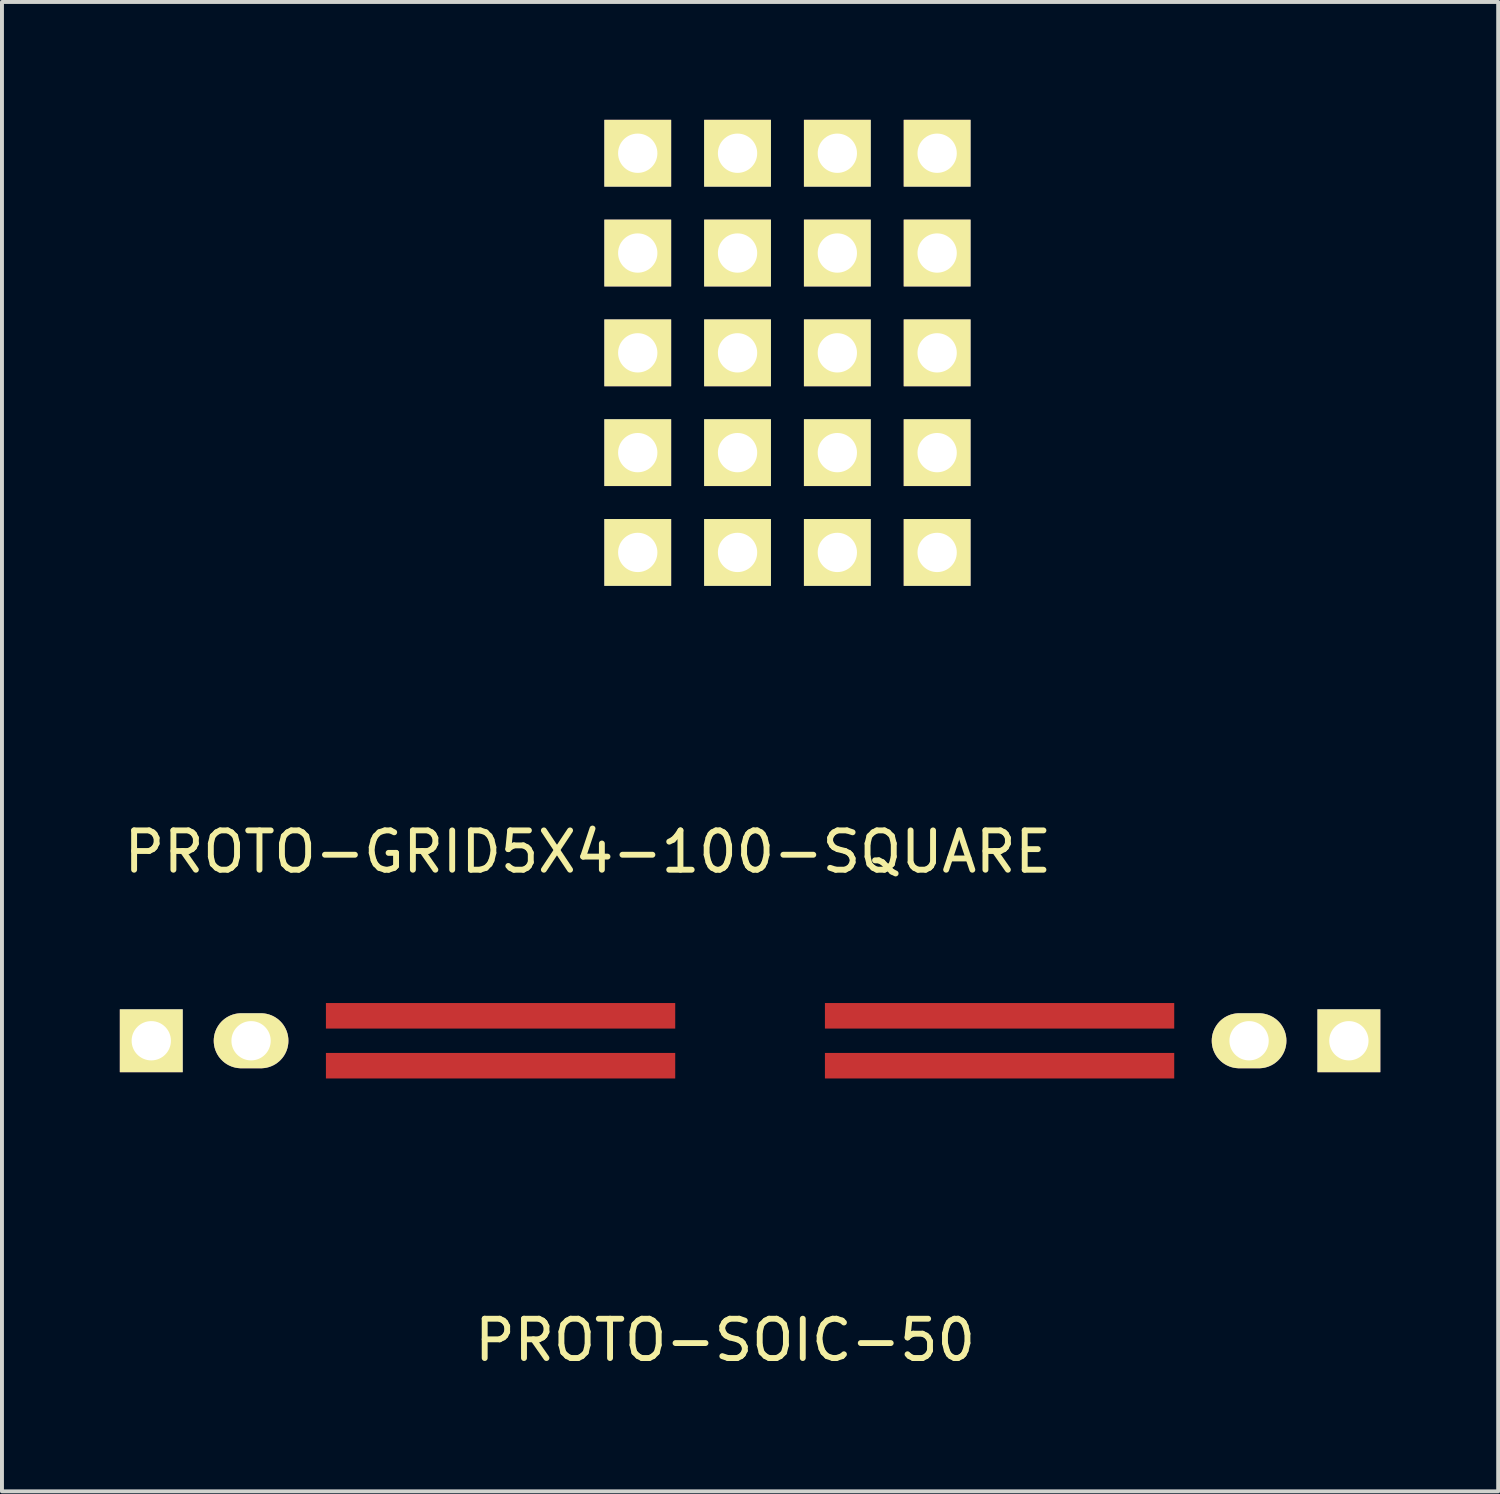
<source format=kicad_pcb>
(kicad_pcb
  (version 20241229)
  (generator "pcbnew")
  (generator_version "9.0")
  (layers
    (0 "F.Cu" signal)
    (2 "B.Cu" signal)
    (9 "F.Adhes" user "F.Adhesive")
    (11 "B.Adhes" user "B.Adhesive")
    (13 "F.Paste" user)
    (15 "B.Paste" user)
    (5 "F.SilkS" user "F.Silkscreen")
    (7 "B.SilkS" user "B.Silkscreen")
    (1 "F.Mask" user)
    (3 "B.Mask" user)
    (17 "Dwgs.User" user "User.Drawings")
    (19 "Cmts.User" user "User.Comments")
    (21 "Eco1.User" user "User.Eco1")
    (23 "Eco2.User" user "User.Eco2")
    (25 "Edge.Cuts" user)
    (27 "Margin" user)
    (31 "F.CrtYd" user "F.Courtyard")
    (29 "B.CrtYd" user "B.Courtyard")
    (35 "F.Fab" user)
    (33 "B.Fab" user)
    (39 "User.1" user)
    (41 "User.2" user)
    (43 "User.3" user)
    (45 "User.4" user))
  (footprint "PROTO-SOIC-50"
    (layer "F.Cu")
    (at 16.04 23.438)
    (property "Reference" "PROTO-SOIC-50" (at -0.635 7.62 0) (layer "F.SilkS") (effects (font (size 1 1) (thickness 0.15))))
    (attr smd)
    (pad "1" thru_hole rect (at -15.24 0) (size 1.6 1.6) (drill 1) (layers "*.Cu" "*.Mask" "F.SilkS"))
    (pad "1" smd rect (at -6.35 -0.635) (size 8.89 0.65) (layers "F.Cu" "F.Mask" "F.Paste"))
    (pad "2" thru_hole oval (at -12.7 0 90) (size 1.4 1.9) (drill 1) (layers "*.Cu" "*.Mask" "F.SilkS"))
    (pad "2" smd rect (at -6.35 0.635) (size 8.89 0.65) (layers "F.Cu" "F.Mask" "F.Paste"))
    (pad "3" smd rect (at 6.35 0.635) (size 8.89 0.65) (layers "F.Cu" "F.Mask" "F.Paste"))
    (pad "3" thru_hole oval (at 12.7 0 90) (size 1.4 1.9) (drill 1) (layers "*.Cu" "*.Mask" "F.SilkS"))
    (pad "4" smd rect (at 6.35 -0.635) (size 8.89 0.65) (layers "F.Cu" "F.Mask" "F.Paste"))
    (pad "4" thru_hole rect (at 15.24 0) (size 1.6 1.6) (drill 1) (layers "*.Cu" "*.Mask" "F.SilkS")))
  (footprint "PROTO-GRID5X4-100-SQUARE"
    (layer "F.Cu")
    (at 13.181 11.01)
    (property "Reference" "PROTO-GRID5X4-100-SQUARE" (at -1.27 7.62 0) (layer "F.SilkS") (effects (font (size 1 1) (thickness 0.15))))
    (attr smd)
    (pad "1" thru_hole rect (at 2.54 -5.08) (size 1.7 1.7) (drill 1) (layers "*.Cu" "*.Mask" "F.SilkS"))
    (pad "2" thru_hole rect (at 5.08 -5.08) (size 1.7 1.7) (drill 1) (layers "*.Cu" "*.Mask" "F.SilkS"))
    (pad "3" thru_hole rect (at 5.08 -2.54) (size 1.7 1.7) (drill 1) (layers "*.Cu" "*.Mask" "F.SilkS"))
    (pad "4" thru_hole rect (at 2.54 -2.54) (size 1.7 1.7) (drill 1) (layers "*.Cu" "*.Mask" "F.SilkS"))
    (pad "5" thru_hole rect (at 0 -2.54) (size 1.7 1.7) (drill 1) (layers "*.Cu" "*.Mask" "F.SilkS"))
    (pad "6" thru_hole rect (at 0 -5.08) (size 1.7 1.7) (drill 1) (layers "*.Cu" "*.Mask" "F.SilkS"))
    (pad "7" thru_hole rect (at 0 -7.62) (size 1.7 1.7) (drill 1) (layers "*.Cu" "*.Mask" "F.SilkS"))
    (pad "8" thru_hole rect (at 2.54 -7.62) (size 1.7 1.7) (drill 1) (layers "*.Cu" "*.Mask" "F.SilkS"))
    (pad "9" thru_hole rect (at 5.08 -7.62) (size 1.7 1.7) (drill 1) (layers "*.Cu" "*.Mask" "F.SilkS"))
    (pad "10" thru_hole rect (at 7.62 -7.62) (size 1.7 1.7) (drill 1) (layers "*.Cu" "*.Mask" "F.SilkS"))
    (pad "11" thru_hole rect (at 7.62 -5.08) (size 1.7 1.7) (drill 1) (layers "*.Cu" "*.Mask" "F.SilkS"))
    (pad "12" thru_hole rect (at 7.62 -2.54) (size 1.7 1.7) (drill 1) (layers "*.Cu" "*.Mask" "F.SilkS"))
    (pad "13" thru_hole rect (at 7.62 0) (size 1.7 1.7) (drill 1) (layers "*.Cu" "*.Mask" "F.SilkS"))
    (pad "14" thru_hole rect (at 5.08 0) (size 1.7 1.7) (drill 1) (layers "*.Cu" "*.Mask" "F.SilkS"))
    (pad "15" thru_hole rect (at 2.54 0) (size 1.7 1.7) (drill 1) (layers "*.Cu" "*.Mask" "F.SilkS"))
    (pad "16" thru_hole rect (at 0 0) (size 1.7 1.7) (drill 1) (layers "*.Cu" "*.Mask" "F.SilkS"))
    (pad "17" thru_hole rect (at 0 -10.16) (size 1.7 1.7) (drill 1) (layers "*.Cu" "*.Mask" "F.SilkS"))
    (pad "18" thru_hole rect (at 2.54 -10.16) (size 1.7 1.7) (drill 1) (layers "*.Cu" "*.Mask" "F.SilkS"))
    (pad "19" thru_hole rect (at 5.08 -10.16) (size 1.7 1.7) (drill 1) (layers "*.Cu" "*.Mask" "F.SilkS"))
    (pad "20" thru_hole rect (at 7.62 -10.16) (size 1.7 1.7) (drill 1) (layers "*.Cu" "*.Mask" "F.SilkS")))
  (gr_rect
    (start -3 -3)
    (end 35.08 34.907)
    (stroke (width 0.1) (type default))
    (fill no)
    (layer "Edge.Cuts")))
</source>
